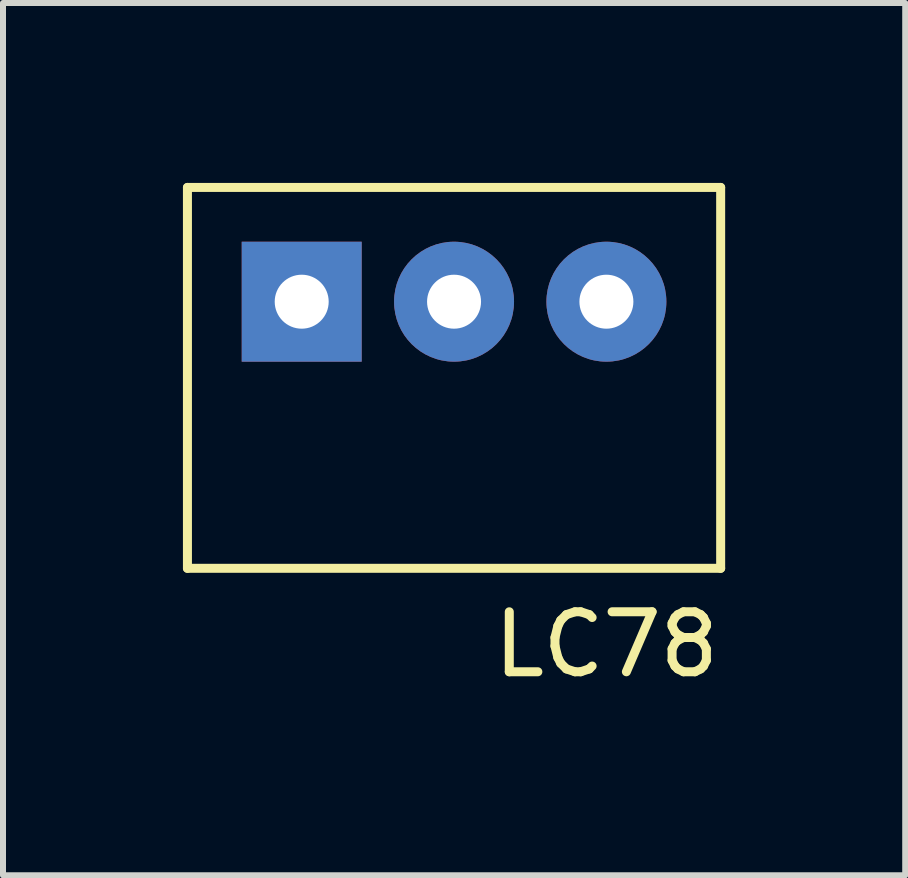
<source format=kicad_pcb>
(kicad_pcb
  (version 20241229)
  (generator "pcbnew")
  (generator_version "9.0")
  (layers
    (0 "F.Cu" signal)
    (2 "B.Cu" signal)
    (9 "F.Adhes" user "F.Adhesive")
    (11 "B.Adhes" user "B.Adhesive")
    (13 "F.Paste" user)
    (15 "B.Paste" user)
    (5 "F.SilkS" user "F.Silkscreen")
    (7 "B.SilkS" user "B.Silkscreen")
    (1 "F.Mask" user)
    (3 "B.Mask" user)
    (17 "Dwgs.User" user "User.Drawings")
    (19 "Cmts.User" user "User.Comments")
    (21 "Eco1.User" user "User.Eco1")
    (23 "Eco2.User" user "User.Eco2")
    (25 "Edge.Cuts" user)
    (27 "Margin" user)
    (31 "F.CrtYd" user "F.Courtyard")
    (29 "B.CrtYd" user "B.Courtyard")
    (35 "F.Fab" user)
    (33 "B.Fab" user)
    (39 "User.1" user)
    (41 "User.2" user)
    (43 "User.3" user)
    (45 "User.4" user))
  (footprint "LC78"
    (layer "F.Cu")
    (at 4.52 1.98)
    (property "Reference" "LC78" (at 2.54 5.715 0) (layer "F.SilkS") (effects (font (size 1 1) (thickness 0.15))))
    (attr through_hole)
    (fp_line (start -4.445 -1.905) (end 4.445 -1.905) (stroke (width 0.15) (type solid)) (layer "F.SilkS"))
    (fp_line (start -4.445 4.445) (end -4.445 -1.905) (stroke (width 0.15) (type solid)) (layer "F.SilkS"))
    (fp_line (start 4.445 -1.905) (end 4.445 4.445) (stroke (width 0.15) (type solid)) (layer "F.SilkS"))
    (fp_line (start 4.445 4.445) (end -4.445 4.445) (stroke (width 0.15) (type solid)) (layer "F.SilkS"))
    (pad "1" thru_hole rect (at -2.54 0) (size 2 2) (drill 0.9) (layers "*.Cu" "*.Mask"))
    (pad "2" thru_hole circle (at 0 0) (size 2 2) (drill 0.9) (layers "*.Cu" "*.Mask"))
    (pad "3" thru_hole circle (at 2.54 0) (size 2 2) (drill 0.9) (layers "*.Cu" "*.Mask")))
  (gr_rect
    (start -3 -3)
    (end 12.042 11.543)
    (stroke (width 0.1) (type default))
    (fill no)
    (layer "Edge.Cuts")))
</source>
